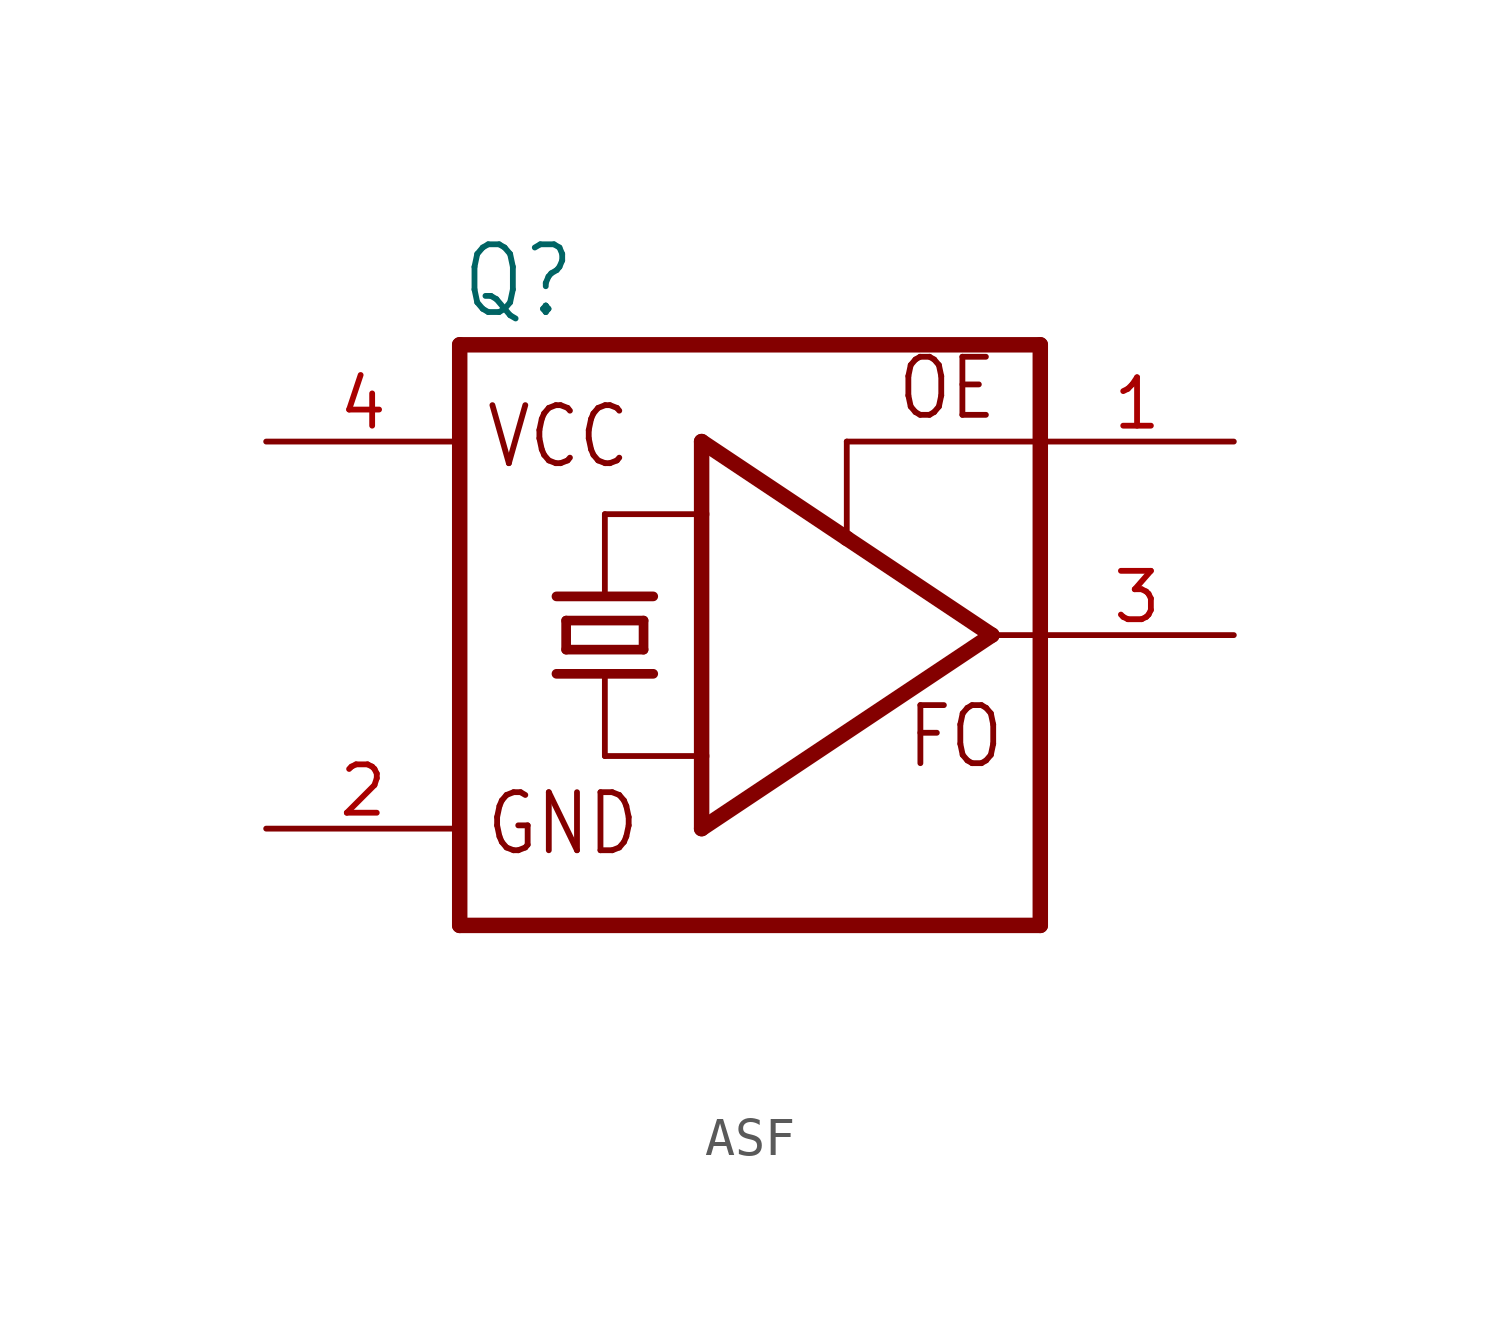
<source format=kicad_sym>
(kicad_symbol_lib
  (version 20231120)
  (generator "kicad_symbol_editor")
  (generator_version "8.0")
  (symbol "ASF"
    (property "Reference" "Q"
      (at -7.62 8.255 0)
      (effects (font (size 1.778 1.511)) (justify left bottom)))
    (property "Value" ""
      (at -7.62 -10.16 0)
      (effects (font (size 1.778 1.511)) (justify left bottom)))
    (property "ki_locked" ""
      (at 0 0 0)
      (effects (font (size 1.27 1.27))))
    (symbol "ASF_1_0"
      (polyline (pts (xy -7.62 7.62) (xy -7.62 -7.62)) (stroke (width 0.406) (type solid)) (fill (type none)))
      (polyline (pts (xy -7.62 7.62) (xy 7.62 7.62)) (stroke (width 0.406) (type solid)) (fill (type none)))
      (polyline (pts (xy -5.08 -1.016) (xy -3.81 -1.016)) (stroke (width 0.254) (type solid)) (fill (type none)))
      (polyline (pts (xy -5.08 1.016) (xy -2.54 1.016)) (stroke (width 0.254) (type solid)) (fill (type none)))
      (polyline (pts (xy -4.826 -0.381) (xy -4.826 0.381)) (stroke (width 0.254) (type solid)) (fill (type none)))
      (polyline (pts (xy -4.826 -0.381) (xy -2.794 -0.381)) (stroke (width 0.254) (type solid)) (fill (type none)))
      (polyline (pts (xy -4.826 0.381) (xy -2.794 0.381)) (stroke (width 0.254) (type solid)) (fill (type none)))
      (polyline (pts (xy -3.81 -3.175) (xy -3.81 -1.016)) (stroke (width 0.152) (type solid)) (fill (type none)))
      (polyline (pts (xy -3.81 -3.175) (xy -1.27 -3.175)) (stroke (width 0.152) (type solid)) (fill (type none)))
      (polyline (pts (xy -3.81 -1.016) (xy -2.54 -1.016)) (stroke (width 0.254) (type solid)) (fill (type none)))
      (polyline (pts (xy -3.81 1.016) (xy -3.81 3.175)) (stroke (width 0.152) (type solid)) (fill (type none)))
      (polyline (pts (xy -3.81 3.175) (xy -1.27 3.175)) (stroke (width 0.152) (type solid)) (fill (type none)))
      (polyline (pts (xy -2.794 0.381) (xy -2.794 -0.381)) (stroke (width 0.254) (type solid)) (fill (type none)))
      (polyline (pts (xy -1.27 -5.08) (xy -1.27 -3.175)) (stroke (width 0.406) (type solid)) (fill (type none)))
      (polyline (pts (xy -1.27 -3.175) (xy -1.27 3.175)) (stroke (width 0.406) (type solid)) (fill (type none)))
      (polyline (pts (xy -1.27 3.175) (xy -1.27 5.08)) (stroke (width 0.406) (type solid)) (fill (type none)))
      (polyline (pts (xy -1.27 5.08) (xy 2.54 2.54)) (stroke (width 0.406) (type solid)) (fill (type none)))
      (polyline (pts (xy 2.54 2.54) (xy 6.35 0)) (stroke (width 0.406) (type solid)) (fill (type none)))
      (polyline (pts (xy 2.54 5.08) (xy 2.54 2.54)) (stroke (width 0.152) (type solid)) (fill (type none)))
      (polyline (pts (xy 6.35 0) (xy -1.27 -5.08)) (stroke (width 0.406) (type solid)) (fill (type none)))
      (polyline (pts (xy 6.35 0) (xy 7.62 0)) (stroke (width 0.152) (type solid)) (fill (type none)))
      (polyline (pts (xy 7.62 -7.62) (xy -7.62 -7.62)) (stroke (width 0.406) (type solid)) (fill (type none)))
      (polyline (pts (xy 7.62 -7.62) (xy 7.62 0)) (stroke (width 0.406) (type solid)) (fill (type none)))
      (polyline (pts (xy 7.62 0) (xy 7.62 5.08)) (stroke (width 0.406) (type solid)) (fill (type none)))
      (polyline (pts (xy 7.62 5.08) (xy 2.54 5.08)) (stroke (width 0.152) (type solid)) (fill (type none)))
      (polyline (pts (xy 7.62 5.08) (xy 7.62 7.62)) (stroke (width 0.406) (type solid)) (fill (type none)))
      (text "FO" (at 4.064 -3.556 0) (effects (font (size 1.524 1.295)) (justify left bottom)))
      (text "GND" (at -6.985 -5.842 0) (effects (font (size 1.524 1.295)) (justify left bottom)))
      (text "OE" (at 3.81 5.588 0) (effects (font (size 1.524 1.295)) (justify left bottom)))
      (text "VCC" (at -6.985 4.318 0) (effects (font (size 1.524 1.295)) (justify left bottom)))
      (pin input line (at 12.7 5.08 180) (length 5.08) (name "OE" (effects (font (size 0 0)))) (number "1" (effects (font (size 1.27 1.27)))))
      (pin power_in line (at -12.7 -5.08 0) (length 5.08) (name "GND" (effects (font (size 0 0)))) (number "2" (effects (font (size 1.27 1.27)))))
      (pin output line (at 12.7 0 180) (length 5.08) (name "FO" (effects (font (size 0 0)))) (number "3" (effects (font (size 1.27 1.27)))))
      (pin power_in line (at -12.7 5.08 0) (length 5.08) (name "VCC" (effects (font (size 0 0)))) (number "4" (effects (font (size 1.27 1.27))))))))
</source>
